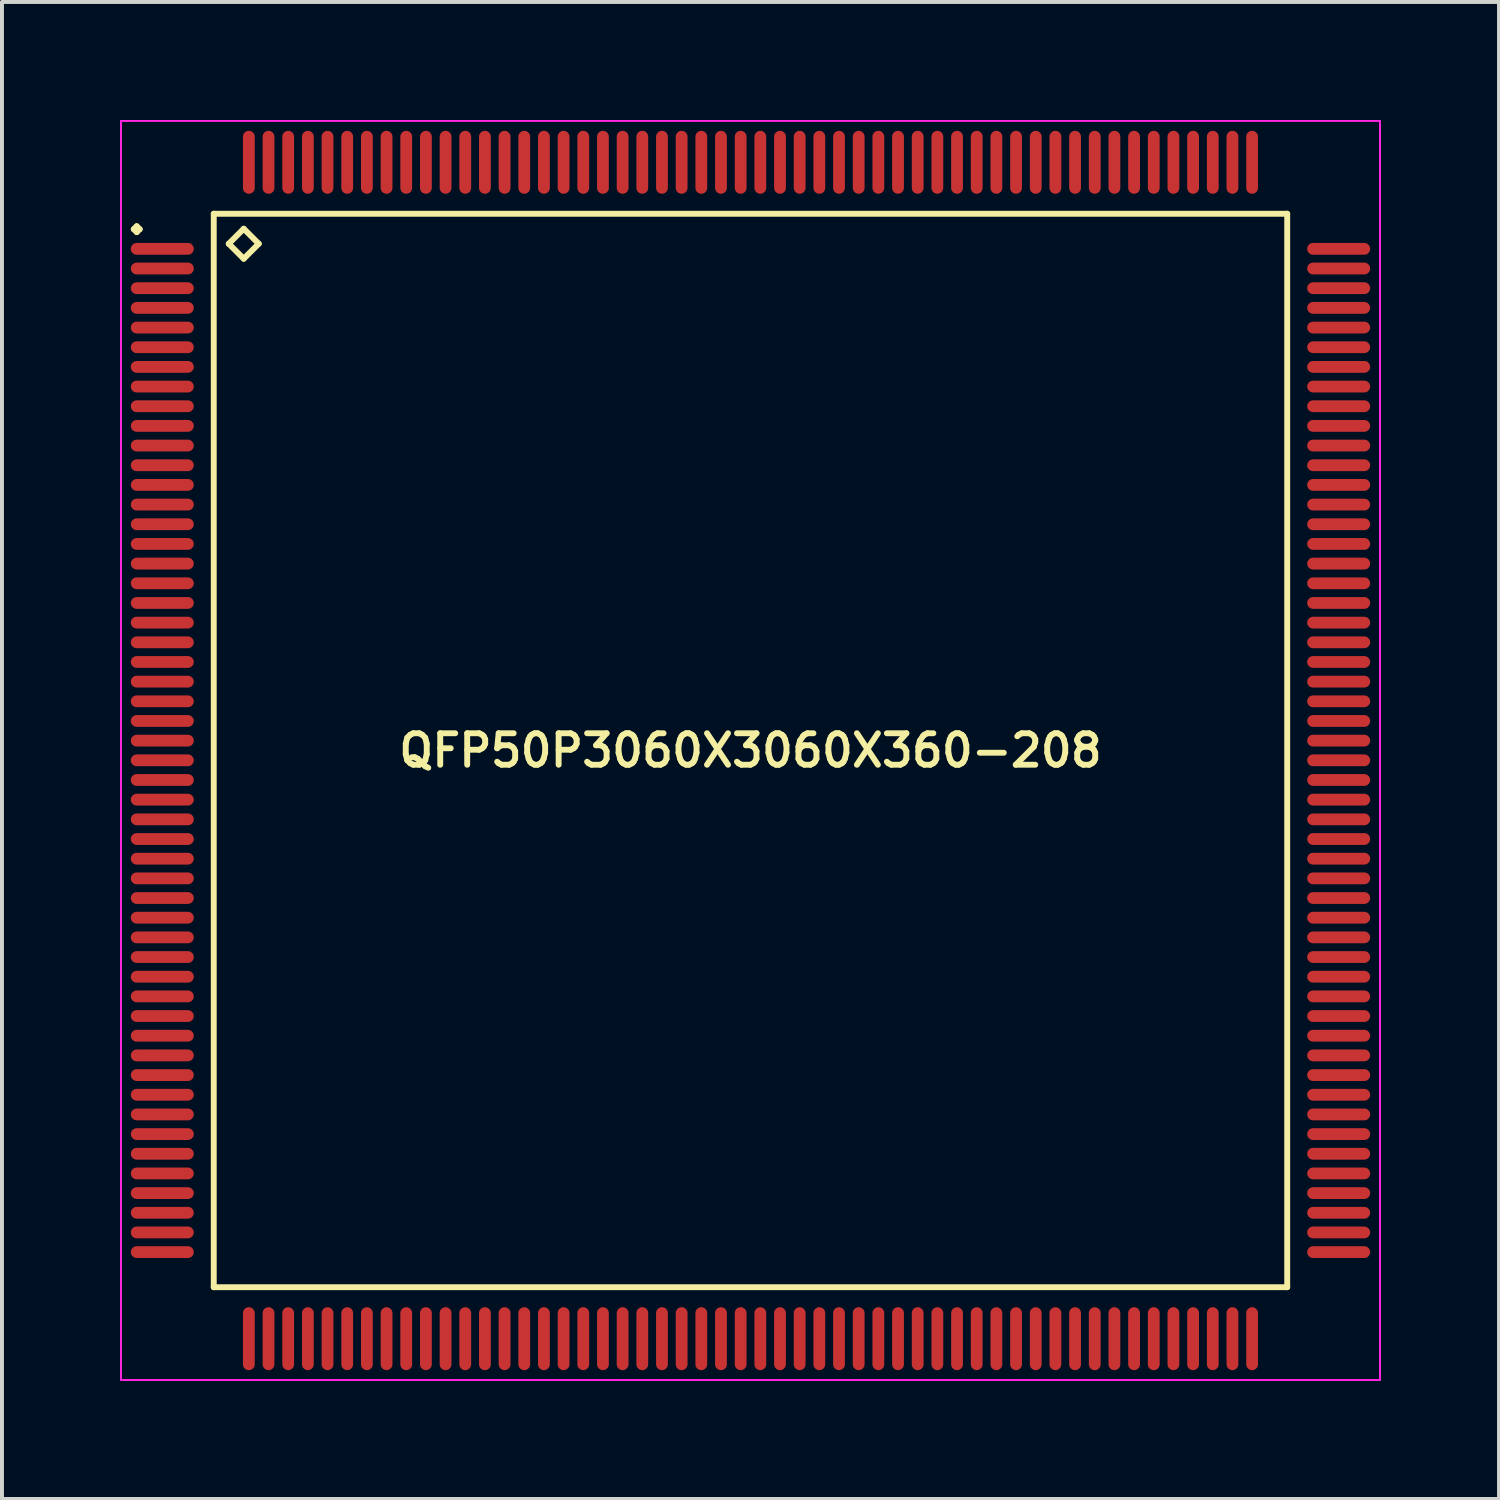
<source format=kicad_pcb>
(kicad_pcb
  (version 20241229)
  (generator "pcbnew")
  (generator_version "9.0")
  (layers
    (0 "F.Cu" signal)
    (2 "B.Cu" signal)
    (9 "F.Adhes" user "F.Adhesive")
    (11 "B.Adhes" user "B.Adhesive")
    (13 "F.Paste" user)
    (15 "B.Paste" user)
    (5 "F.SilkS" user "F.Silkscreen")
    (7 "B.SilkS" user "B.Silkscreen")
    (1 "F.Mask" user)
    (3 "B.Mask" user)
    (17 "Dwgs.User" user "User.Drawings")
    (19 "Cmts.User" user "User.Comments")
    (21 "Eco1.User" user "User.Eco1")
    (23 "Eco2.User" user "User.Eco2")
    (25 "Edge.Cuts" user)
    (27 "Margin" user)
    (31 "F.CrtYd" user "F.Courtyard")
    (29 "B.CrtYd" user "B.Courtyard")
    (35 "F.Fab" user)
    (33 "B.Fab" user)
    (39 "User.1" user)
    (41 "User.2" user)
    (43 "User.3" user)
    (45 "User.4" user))
  (footprint "QFP50P3060X3060X360-208"
    (layer "F.Cu")
    (at 16.025 16.025)
    (property "Reference" "QFP50P3060X3060X360-208" (at 0 0 0) (layer "F.SilkS") (effects (font (size 0.8 0.8) (thickness 0.15))))
    (attr smd)
    (fp_line (start -15.675 -13.25) (end -15.6 -13.325) (stroke (width 0.15) (type solid)) (layer "F.SilkS"))
    (fp_line (start -15.6 -13.325) (end -15.525 -13.25) (stroke (width 0.15) (type solid)) (layer "F.SilkS"))
    (fp_line (start -15.6 -13.175) (end -15.675 -13.25) (stroke (width 0.15) (type solid)) (layer "F.SilkS"))
    (fp_line (start -15.525 -13.25) (end -15.6 -13.175) (stroke (width 0.15) (type solid)) (layer "F.SilkS"))
    (fp_line (start -13.642 -13.642) (end -13.642 13.642) (stroke (width 0.15) (type solid)) (layer "F.SilkS"))
    (fp_line (start -13.642 13.642) (end 13.642 13.642) (stroke (width 0.15) (type solid)) (layer "F.SilkS"))
    (fp_line (start -13.261 -12.88) (end -12.88 -13.261) (stroke (width 0.15) (type solid)) (layer "F.SilkS"))
    (fp_line (start -12.88 -13.261) (end -12.499 -12.88) (stroke (width 0.15) (type solid)) (layer "F.SilkS"))
    (fp_line (start -12.88 -12.499) (end -13.261 -12.88) (stroke (width 0.15) (type solid)) (layer "F.SilkS"))
    (fp_line (start -12.499 -12.88) (end -12.88 -12.499) (stroke (width 0.15) (type solid)) (layer "F.SilkS"))
    (fp_line (start 13.642 -13.642) (end -13.642 -13.642) (stroke (width 0.15) (type solid)) (layer "F.SilkS"))
    (fp_line (start 13.642 13.642) (end 13.642 -13.642) (stroke (width 0.15) (type solid)) (layer "F.SilkS"))
    (fp_line (start -16 -16) (end 16 -16) (stroke (width 0.05) (type solid)) (layer "F.CrtYd"))
    (fp_line (start -16 16) (end -16 -16) (stroke (width 0.05) (type solid)) (layer "F.CrtYd"))
    (fp_line (start 16 -16) (end 16 16) (stroke (width 0.05) (type solid)) (layer "F.CrtYd"))
    (fp_line (start 16 16) (end -16 16) (stroke (width 0.05) (type solid)) (layer "F.CrtYd"))
    (pad "1" smd oval (at -14.95 -12.75) (size 1.6 0.3) (layers "F.Cu" "F.Mask" "F.Paste"))
    (pad "2" smd oval (at -14.95 -12.25) (size 1.6 0.3) (layers "F.Cu" "F.Mask" "F.Paste"))
    (pad "3" smd oval (at -14.95 -11.75) (size 1.6 0.3) (layers "F.Cu" "F.Mask" "F.Paste"))
    (pad "4" smd oval (at -14.95 -11.25) (size 1.6 0.3) (layers "F.Cu" "F.Mask" "F.Paste"))
    (pad "5" smd oval (at -14.95 -10.75) (size 1.6 0.3) (layers "F.Cu" "F.Mask" "F.Paste"))
    (pad "6" smd oval (at -14.95 -10.25) (size 1.6 0.3) (layers "F.Cu" "F.Mask" "F.Paste"))
    (pad "7" smd oval (at -14.95 -9.75) (size 1.6 0.3) (layers "F.Cu" "F.Mask" "F.Paste"))
    (pad "8" smd oval (at -14.95 -9.25) (size 1.6 0.3) (layers "F.Cu" "F.Mask" "F.Paste"))
    (pad "9" smd oval (at -14.95 -8.75) (size 1.6 0.3) (layers "F.Cu" "F.Mask" "F.Paste"))
    (pad "10" smd oval (at -14.95 -8.25) (size 1.6 0.3) (layers "F.Cu" "F.Mask" "F.Paste"))
    (pad "11" smd oval (at -14.95 -7.75) (size 1.6 0.3) (layers "F.Cu" "F.Mask" "F.Paste"))
    (pad "12" smd oval (at -14.95 -7.25) (size 1.6 0.3) (layers "F.Cu" "F.Mask" "F.Paste"))
    (pad "13" smd oval (at -14.95 -6.75) (size 1.6 0.3) (layers "F.Cu" "F.Mask" "F.Paste"))
    (pad "14" smd oval (at -14.95 -6.25) (size 1.6 0.3) (layers "F.Cu" "F.Mask" "F.Paste"))
    (pad "15" smd oval (at -14.95 -5.75) (size 1.6 0.3) (layers "F.Cu" "F.Mask" "F.Paste"))
    (pad "16" smd oval (at -14.95 -5.25) (size 1.6 0.3) (layers "F.Cu" "F.Mask" "F.Paste"))
    (pad "17" smd oval (at -14.95 -4.75) (size 1.6 0.3) (layers "F.Cu" "F.Mask" "F.Paste"))
    (pad "18" smd oval (at -14.95 -4.25) (size 1.6 0.3) (layers "F.Cu" "F.Mask" "F.Paste"))
    (pad "19" smd oval (at -14.95 -3.75) (size 1.6 0.3) (layers "F.Cu" "F.Mask" "F.Paste"))
    (pad "20" smd oval (at -14.95 -3.25) (size 1.6 0.3) (layers "F.Cu" "F.Mask" "F.Paste"))
    (pad "21" smd oval (at -14.95 -2.75) (size 1.6 0.3) (layers "F.Cu" "F.Mask" "F.Paste"))
    (pad "22" smd oval (at -14.95 -2.25) (size 1.6 0.3) (layers "F.Cu" "F.Mask" "F.Paste"))
    (pad "23" smd oval (at -14.95 -1.75) (size 1.6 0.3) (layers "F.Cu" "F.Mask" "F.Paste"))
    (pad "24" smd oval (at -14.95 -1.25) (size 1.6 0.3) (layers "F.Cu" "F.Mask" "F.Paste"))
    (pad "25" smd oval (at -14.95 -0.75) (size 1.6 0.3) (layers "F.Cu" "F.Mask" "F.Paste"))
    (pad "26" smd oval (at -14.95 -0.25) (size 1.6 0.3) (layers "F.Cu" "F.Mask" "F.Paste"))
    (pad "27" smd oval (at -14.95 0.25) (size 1.6 0.3) (layers "F.Cu" "F.Mask" "F.Paste"))
    (pad "28" smd oval (at -14.95 0.75) (size 1.6 0.3) (layers "F.Cu" "F.Mask" "F.Paste"))
    (pad "29" smd oval (at -14.95 1.25) (size 1.6 0.3) (layers "F.Cu" "F.Mask" "F.Paste"))
    (pad "30" smd oval (at -14.95 1.75) (size 1.6 0.3) (layers "F.Cu" "F.Mask" "F.Paste"))
    (pad "31" smd oval (at -14.95 2.25) (size 1.6 0.3) (layers "F.Cu" "F.Mask" "F.Paste"))
    (pad "32" smd oval (at -14.95 2.75) (size 1.6 0.3) (layers "F.Cu" "F.Mask" "F.Paste"))
    (pad "33" smd oval (at -14.95 3.25) (size 1.6 0.3) (layers "F.Cu" "F.Mask" "F.Paste"))
    (pad "34" smd oval (at -14.95 3.75) (size 1.6 0.3) (layers "F.Cu" "F.Mask" "F.Paste"))
    (pad "35" smd oval (at -14.95 4.25) (size 1.6 0.3) (layers "F.Cu" "F.Mask" "F.Paste"))
    (pad "36" smd oval (at -14.95 4.75) (size 1.6 0.3) (layers "F.Cu" "F.Mask" "F.Paste"))
    (pad "37" smd oval (at -14.95 5.25) (size 1.6 0.3) (layers "F.Cu" "F.Mask" "F.Paste"))
    (pad "38" smd oval (at -14.95 5.75) (size 1.6 0.3) (layers "F.Cu" "F.Mask" "F.Paste"))
    (pad "39" smd oval (at -14.95 6.25) (size 1.6 0.3) (layers "F.Cu" "F.Mask" "F.Paste"))
    (pad "40" smd oval (at -14.95 6.75) (size 1.6 0.3) (layers "F.Cu" "F.Mask" "F.Paste"))
    (pad "41" smd oval (at -14.95 7.25) (size 1.6 0.3) (layers "F.Cu" "F.Mask" "F.Paste"))
    (pad "42" smd oval (at -14.95 7.75) (size 1.6 0.3) (layers "F.Cu" "F.Mask" "F.Paste"))
    (pad "43" smd oval (at -14.95 8.25) (size 1.6 0.3) (layers "F.Cu" "F.Mask" "F.Paste"))
    (pad "44" smd oval (at -14.95 8.75) (size 1.6 0.3) (layers "F.Cu" "F.Mask" "F.Paste"))
    (pad "45" smd oval (at -14.95 9.25) (size 1.6 0.3) (layers "F.Cu" "F.Mask" "F.Paste"))
    (pad "46" smd oval (at -14.95 9.75) (size 1.6 0.3) (layers "F.Cu" "F.Mask" "F.Paste"))
    (pad "47" smd oval (at -14.95 10.25) (size 1.6 0.3) (layers "F.Cu" "F.Mask" "F.Paste"))
    (pad "48" smd oval (at -14.95 10.75) (size 1.6 0.3) (layers "F.Cu" "F.Mask" "F.Paste"))
    (pad "49" smd oval (at -14.95 11.25) (size 1.6 0.3) (layers "F.Cu" "F.Mask" "F.Paste"))
    (pad "50" smd oval (at -14.95 11.75) (size 1.6 0.3) (layers "F.Cu" "F.Mask" "F.Paste"))
    (pad "51" smd oval (at -14.95 12.25) (size 1.6 0.3) (layers "F.Cu" "F.Mask" "F.Paste"))
    (pad "52" smd oval (at -14.95 12.75) (size 1.6 0.3) (layers "F.Cu" "F.Mask" "F.Paste"))
    (pad "53" smd oval (at -12.75 14.95) (size 0.3 1.6) (layers "F.Cu" "F.Mask" "F.Paste"))
    (pad "54" smd oval (at -12.25 14.95) (size 0.3 1.6) (layers "F.Cu" "F.Mask" "F.Paste"))
    (pad "55" smd oval (at -11.75 14.95) (size 0.3 1.6) (layers "F.Cu" "F.Mask" "F.Paste"))
    (pad "56" smd oval (at -11.25 14.95) (size 0.3 1.6) (layers "F.Cu" "F.Mask" "F.Paste"))
    (pad "57" smd oval (at -10.75 14.95) (size 0.3 1.6) (layers "F.Cu" "F.Mask" "F.Paste"))
    (pad "58" smd oval (at -10.25 14.95) (size 0.3 1.6) (layers "F.Cu" "F.Mask" "F.Paste"))
    (pad "59" smd oval (at -9.75 14.95) (size 0.3 1.6) (layers "F.Cu" "F.Mask" "F.Paste"))
    (pad "60" smd oval (at -9.25 14.95) (size 0.3 1.6) (layers "F.Cu" "F.Mask" "F.Paste"))
    (pad "61" smd oval (at -8.75 14.95) (size 0.3 1.6) (layers "F.Cu" "F.Mask" "F.Paste"))
    (pad "62" smd oval (at -8.25 14.95) (size 0.3 1.6) (layers "F.Cu" "F.Mask" "F.Paste"))
    (pad "63" smd oval (at -7.75 14.95) (size 0.3 1.6) (layers "F.Cu" "F.Mask" "F.Paste"))
    (pad "64" smd oval (at -7.25 14.95) (size 0.3 1.6) (layers "F.Cu" "F.Mask" "F.Paste"))
    (pad "65" smd oval (at -6.75 14.95) (size 0.3 1.6) (layers "F.Cu" "F.Mask" "F.Paste"))
    (pad "66" smd oval (at -6.25 14.95) (size 0.3 1.6) (layers "F.Cu" "F.Mask" "F.Paste"))
    (pad "67" smd oval (at -5.75 14.95) (size 0.3 1.6) (layers "F.Cu" "F.Mask" "F.Paste"))
    (pad "68" smd oval (at -5.25 14.95) (size 0.3 1.6) (layers "F.Cu" "F.Mask" "F.Paste"))
    (pad "69" smd oval (at -4.75 14.95) (size 0.3 1.6) (layers "F.Cu" "F.Mask" "F.Paste"))
    (pad "70" smd oval (at -4.25 14.95) (size 0.3 1.6) (layers "F.Cu" "F.Mask" "F.Paste"))
    (pad "71" smd oval (at -3.75 14.95) (size 0.3 1.6) (layers "F.Cu" "F.Mask" "F.Paste"))
    (pad "72" smd oval (at -3.25 14.95) (size 0.3 1.6) (layers "F.Cu" "F.Mask" "F.Paste"))
    (pad "73" smd oval (at -2.75 14.95) (size 0.3 1.6) (layers "F.Cu" "F.Mask" "F.Paste"))
    (pad "74" smd oval (at -2.25 14.95) (size 0.3 1.6) (layers "F.Cu" "F.Mask" "F.Paste"))
    (pad "75" smd oval (at -1.75 14.95) (size 0.3 1.6) (layers "F.Cu" "F.Mask" "F.Paste"))
    (pad "76" smd oval (at -1.25 14.95) (size 0.3 1.6) (layers "F.Cu" "F.Mask" "F.Paste"))
    (pad "77" smd oval (at -0.75 14.95) (size 0.3 1.6) (layers "F.Cu" "F.Mask" "F.Paste"))
    (pad "78" smd oval (at -0.25 14.95) (size 0.3 1.6) (layers "F.Cu" "F.Mask" "F.Paste"))
    (pad "79" smd oval (at 0.25 14.95) (size 0.3 1.6) (layers "F.Cu" "F.Mask" "F.Paste"))
    (pad "80" smd oval (at 0.75 14.95) (size 0.3 1.6) (layers "F.Cu" "F.Mask" "F.Paste"))
    (pad "81" smd oval (at 1.25 14.95) (size 0.3 1.6) (layers "F.Cu" "F.Mask" "F.Paste"))
    (pad "82" smd oval (at 1.75 14.95) (size 0.3 1.6) (layers "F.Cu" "F.Mask" "F.Paste"))
    (pad "83" smd oval (at 2.25 14.95) (size 0.3 1.6) (layers "F.Cu" "F.Mask" "F.Paste"))
    (pad "84" smd oval (at 2.75 14.95) (size 0.3 1.6) (layers "F.Cu" "F.Mask" "F.Paste"))
    (pad "85" smd oval (at 3.25 14.95) (size 0.3 1.6) (layers "F.Cu" "F.Mask" "F.Paste"))
    (pad "86" smd oval (at 3.75 14.95) (size 0.3 1.6) (layers "F.Cu" "F.Mask" "F.Paste"))
    (pad "87" smd oval (at 4.25 14.95) (size 0.3 1.6) (layers "F.Cu" "F.Mask" "F.Paste"))
    (pad "88" smd oval (at 4.75 14.95) (size 0.3 1.6) (layers "F.Cu" "F.Mask" "F.Paste"))
    (pad "89" smd oval (at 5.25 14.95) (size 0.3 1.6) (layers "F.Cu" "F.Mask" "F.Paste"))
    (pad "90" smd oval (at 5.75 14.95) (size 0.3 1.6) (layers "F.Cu" "F.Mask" "F.Paste"))
    (pad "91" smd oval (at 6.25 14.95) (size 0.3 1.6) (layers "F.Cu" "F.Mask" "F.Paste"))
    (pad "92" smd oval (at 6.75 14.95) (size 0.3 1.6) (layers "F.Cu" "F.Mask" "F.Paste"))
    (pad "93" smd oval (at 7.25 14.95) (size 0.3 1.6) (layers "F.Cu" "F.Mask" "F.Paste"))
    (pad "94" smd oval (at 7.75 14.95) (size 0.3 1.6) (layers "F.Cu" "F.Mask" "F.Paste"))
    (pad "95" smd oval (at 8.25 14.95) (size 0.3 1.6) (layers "F.Cu" "F.Mask" "F.Paste"))
    (pad "96" smd oval (at 8.75 14.95) (size 0.3 1.6) (layers "F.Cu" "F.Mask" "F.Paste"))
    (pad "97" smd oval (at 9.25 14.95) (size 0.3 1.6) (layers "F.Cu" "F.Mask" "F.Paste"))
    (pad "98" smd oval (at 9.75 14.95) (size 0.3 1.6) (layers "F.Cu" "F.Mask" "F.Paste"))
    (pad "99" smd oval (at 10.25 14.95) (size 0.3 1.6) (layers "F.Cu" "F.Mask" "F.Paste"))
    (pad "100" smd oval (at 10.75 14.95) (size 0.3 1.6) (layers "F.Cu" "F.Mask" "F.Paste"))
    (pad "101" smd oval (at 11.25 14.95) (size 0.3 1.6) (layers "F.Cu" "F.Mask" "F.Paste"))
    (pad "102" smd oval (at 11.75 14.95) (size 0.3 1.6) (layers "F.Cu" "F.Mask" "F.Paste"))
    (pad "103" smd oval (at 12.25 14.95) (size 0.3 1.6) (layers "F.Cu" "F.Mask" "F.Paste"))
    (pad "104" smd oval (at 12.75 14.95) (size 0.3 1.6) (layers "F.Cu" "F.Mask" "F.Paste"))
    (pad "105" smd oval (at 14.95 12.75) (size 1.6 0.3) (layers "F.Cu" "F.Mask" "F.Paste"))
    (pad "106" smd oval (at 14.95 12.25) (size 1.6 0.3) (layers "F.Cu" "F.Mask" "F.Paste"))
    (pad "107" smd oval (at 14.95 11.75) (size 1.6 0.3) (layers "F.Cu" "F.Mask" "F.Paste"))
    (pad "108" smd oval (at 14.95 11.25) (size 1.6 0.3) (layers "F.Cu" "F.Mask" "F.Paste"))
    (pad "109" smd oval (at 14.95 10.75) (size 1.6 0.3) (layers "F.Cu" "F.Mask" "F.Paste"))
    (pad "110" smd oval (at 14.95 10.25) (size 1.6 0.3) (layers "F.Cu" "F.Mask" "F.Paste"))
    (pad "111" smd oval (at 14.95 9.75) (size 1.6 0.3) (layers "F.Cu" "F.Mask" "F.Paste"))
    (pad "112" smd oval (at 14.95 9.25) (size 1.6 0.3) (layers "F.Cu" "F.Mask" "F.Paste"))
    (pad "113" smd oval (at 14.95 8.75) (size 1.6 0.3) (layers "F.Cu" "F.Mask" "F.Paste"))
    (pad "114" smd oval (at 14.95 8.25) (size 1.6 0.3) (layers "F.Cu" "F.Mask" "F.Paste"))
    (pad "115" smd oval (at 14.95 7.75) (size 1.6 0.3) (layers "F.Cu" "F.Mask" "F.Paste"))
    (pad "116" smd oval (at 14.95 7.25) (size 1.6 0.3) (layers "F.Cu" "F.Mask" "F.Paste"))
    (pad "117" smd oval (at 14.95 6.75) (size 1.6 0.3) (layers "F.Cu" "F.Mask" "F.Paste"))
    (pad "118" smd oval (at 14.95 6.25) (size 1.6 0.3) (layers "F.Cu" "F.Mask" "F.Paste"))
    (pad "119" smd oval (at 14.95 5.75) (size 1.6 0.3) (layers "F.Cu" "F.Mask" "F.Paste"))
    (pad "120" smd oval (at 14.95 5.25) (size 1.6 0.3) (layers "F.Cu" "F.Mask" "F.Paste"))
    (pad "121" smd oval (at 14.95 4.75) (size 1.6 0.3) (layers "F.Cu" "F.Mask" "F.Paste"))
    (pad "122" smd oval (at 14.95 4.25) (size 1.6 0.3) (layers "F.Cu" "F.Mask" "F.Paste"))
    (pad "123" smd oval (at 14.95 3.75) (size 1.6 0.3) (layers "F.Cu" "F.Mask" "F.Paste"))
    (pad "124" smd oval (at 14.95 3.25) (size 1.6 0.3) (layers "F.Cu" "F.Mask" "F.Paste"))
    (pad "125" smd oval (at 14.95 2.75) (size 1.6 0.3) (layers "F.Cu" "F.Mask" "F.Paste"))
    (pad "126" smd oval (at 14.95 2.25) (size 1.6 0.3) (layers "F.Cu" "F.Mask" "F.Paste"))
    (pad "127" smd oval (at 14.95 1.75) (size 1.6 0.3) (layers "F.Cu" "F.Mask" "F.Paste"))
    (pad "128" smd oval (at 14.95 1.25) (size 1.6 0.3) (layers "F.Cu" "F.Mask" "F.Paste"))
    (pad "129" smd oval (at 14.95 0.75) (size 1.6 0.3) (layers "F.Cu" "F.Mask" "F.Paste"))
    (pad "130" smd oval (at 14.95 0.25) (size 1.6 0.3) (layers "F.Cu" "F.Mask" "F.Paste"))
    (pad "131" smd oval (at 14.95 -0.25) (size 1.6 0.3) (layers "F.Cu" "F.Mask" "F.Paste"))
    (pad "132" smd oval (at 14.95 -0.75) (size 1.6 0.3) (layers "F.Cu" "F.Mask" "F.Paste"))
    (pad "133" smd oval (at 14.95 -1.25) (size 1.6 0.3) (layers "F.Cu" "F.Mask" "F.Paste"))
    (pad "134" smd oval (at 14.95 -1.75) (size 1.6 0.3) (layers "F.Cu" "F.Mask" "F.Paste"))
    (pad "135" smd oval (at 14.95 -2.25) (size 1.6 0.3) (layers "F.Cu" "F.Mask" "F.Paste"))
    (pad "136" smd oval (at 14.95 -2.75) (size 1.6 0.3) (layers "F.Cu" "F.Mask" "F.Paste"))
    (pad "137" smd oval (at 14.95 -3.25) (size 1.6 0.3) (layers "F.Cu" "F.Mask" "F.Paste"))
    (pad "138" smd oval (at 14.95 -3.75) (size 1.6 0.3) (layers "F.Cu" "F.Mask" "F.Paste"))
    (pad "139" smd oval (at 14.95 -4.25) (size 1.6 0.3) (layers "F.Cu" "F.Mask" "F.Paste"))
    (pad "140" smd oval (at 14.95 -4.75) (size 1.6 0.3) (layers "F.Cu" "F.Mask" "F.Paste"))
    (pad "141" smd oval (at 14.95 -5.25) (size 1.6 0.3) (layers "F.Cu" "F.Mask" "F.Paste"))
    (pad "142" smd oval (at 14.95 -5.75) (size 1.6 0.3) (layers "F.Cu" "F.Mask" "F.Paste"))
    (pad "143" smd oval (at 14.95 -6.25) (size 1.6 0.3) (layers "F.Cu" "F.Mask" "F.Paste"))
    (pad "144" smd oval (at 14.95 -6.75) (size 1.6 0.3) (layers "F.Cu" "F.Mask" "F.Paste"))
    (pad "145" smd oval (at 14.95 -7.25) (size 1.6 0.3) (layers "F.Cu" "F.Mask" "F.Paste"))
    (pad "146" smd oval (at 14.95 -7.75) (size 1.6 0.3) (layers "F.Cu" "F.Mask" "F.Paste"))
    (pad "147" smd oval (at 14.95 -8.25) (size 1.6 0.3) (layers "F.Cu" "F.Mask" "F.Paste"))
    (pad "148" smd oval (at 14.95 -8.75) (size 1.6 0.3) (layers "F.Cu" "F.Mask" "F.Paste"))
    (pad "149" smd oval (at 14.95 -9.25) (size 1.6 0.3) (layers "F.Cu" "F.Mask" "F.Paste"))
    (pad "150" smd oval (at 14.95 -9.75) (size 1.6 0.3) (layers "F.Cu" "F.Mask" "F.Paste"))
    (pad "151" smd oval (at 14.95 -10.25) (size 1.6 0.3) (layers "F.Cu" "F.Mask" "F.Paste"))
    (pad "152" smd oval (at 14.95 -10.75) (size 1.6 0.3) (layers "F.Cu" "F.Mask" "F.Paste"))
    (pad "153" smd oval (at 14.95 -11.25) (size 1.6 0.3) (layers "F.Cu" "F.Mask" "F.Paste"))
    (pad "154" smd oval (at 14.95 -11.75) (size 1.6 0.3) (layers "F.Cu" "F.Mask" "F.Paste"))
    (pad "155" smd oval (at 14.95 -12.25) (size 1.6 0.3) (layers "F.Cu" "F.Mask" "F.Paste"))
    (pad "156" smd oval (at 14.95 -12.75) (size 1.6 0.3) (layers "F.Cu" "F.Mask" "F.Paste"))
    (pad "157" smd oval (at 12.75 -14.95) (size 0.3 1.6) (layers "F.Cu" "F.Mask" "F.Paste"))
    (pad "158" smd oval (at 12.25 -14.95) (size 0.3 1.6) (layers "F.Cu" "F.Mask" "F.Paste"))
    (pad "159" smd oval (at 11.75 -14.95) (size 0.3 1.6) (layers "F.Cu" "F.Mask" "F.Paste"))
    (pad "160" smd oval (at 11.25 -14.95) (size 0.3 1.6) (layers "F.Cu" "F.Mask" "F.Paste"))
    (pad "161" smd oval (at 10.75 -14.95) (size 0.3 1.6) (layers "F.Cu" "F.Mask" "F.Paste"))
    (pad "162" smd oval (at 10.25 -14.95) (size 0.3 1.6) (layers "F.Cu" "F.Mask" "F.Paste"))
    (pad "163" smd oval (at 9.75 -14.95) (size 0.3 1.6) (layers "F.Cu" "F.Mask" "F.Paste"))
    (pad "164" smd oval (at 9.25 -14.95) (size 0.3 1.6) (layers "F.Cu" "F.Mask" "F.Paste"))
    (pad "165" smd oval (at 8.75 -14.95) (size 0.3 1.6) (layers "F.Cu" "F.Mask" "F.Paste"))
    (pad "166" smd oval (at 8.25 -14.95) (size 0.3 1.6) (layers "F.Cu" "F.Mask" "F.Paste"))
    (pad "167" smd oval (at 7.75 -14.95) (size 0.3 1.6) (layers "F.Cu" "F.Mask" "F.Paste"))
    (pad "168" smd oval (at 7.25 -14.95) (size 0.3 1.6) (layers "F.Cu" "F.Mask" "F.Paste"))
    (pad "169" smd oval (at 6.75 -14.95) (size 0.3 1.6) (layers "F.Cu" "F.Mask" "F.Paste"))
    (pad "170" smd oval (at 6.25 -14.95) (size 0.3 1.6) (layers "F.Cu" "F.Mask" "F.Paste"))
    (pad "171" smd oval (at 5.75 -14.95) (size 0.3 1.6) (layers "F.Cu" "F.Mask" "F.Paste"))
    (pad "172" smd oval (at 5.25 -14.95) (size 0.3 1.6) (layers "F.Cu" "F.Mask" "F.Paste"))
    (pad "173" smd oval (at 4.75 -14.95) (size 0.3 1.6) (layers "F.Cu" "F.Mask" "F.Paste"))
    (pad "174" smd oval (at 4.25 -14.95) (size 0.3 1.6) (layers "F.Cu" "F.Mask" "F.Paste"))
    (pad "175" smd oval (at 3.75 -14.95) (size 0.3 1.6) (layers "F.Cu" "F.Mask" "F.Paste"))
    (pad "176" smd oval (at 3.25 -14.95) (size 0.3 1.6) (layers "F.Cu" "F.Mask" "F.Paste"))
    (pad "177" smd oval (at 2.75 -14.95) (size 0.3 1.6) (layers "F.Cu" "F.Mask" "F.Paste"))
    (pad "178" smd oval (at 2.25 -14.95) (size 0.3 1.6) (layers "F.Cu" "F.Mask" "F.Paste"))
    (pad "179" smd oval (at 1.75 -14.95) (size 0.3 1.6) (layers "F.Cu" "F.Mask" "F.Paste"))
    (pad "180" smd oval (at 1.25 -14.95) (size 0.3 1.6) (layers "F.Cu" "F.Mask" "F.Paste"))
    (pad "181" smd oval (at 0.75 -14.95) (size 0.3 1.6) (layers "F.Cu" "F.Mask" "F.Paste"))
    (pad "182" smd oval (at 0.25 -14.95) (size 0.3 1.6) (layers "F.Cu" "F.Mask" "F.Paste"))
    (pad "183" smd oval (at -0.25 -14.95) (size 0.3 1.6) (layers "F.Cu" "F.Mask" "F.Paste"))
    (pad "184" smd oval (at -0.75 -14.95) (size 0.3 1.6) (layers "F.Cu" "F.Mask" "F.Paste"))
    (pad "185" smd oval (at -1.25 -14.95) (size 0.3 1.6) (layers "F.Cu" "F.Mask" "F.Paste"))
    (pad "186" smd oval (at -1.75 -14.95) (size 0.3 1.6) (layers "F.Cu" "F.Mask" "F.Paste"))
    (pad "187" smd oval (at -2.25 -14.95) (size 0.3 1.6) (layers "F.Cu" "F.Mask" "F.Paste"))
    (pad "188" smd oval (at -2.75 -14.95) (size 0.3 1.6) (layers "F.Cu" "F.Mask" "F.Paste"))
    (pad "189" smd oval (at -3.25 -14.95) (size 0.3 1.6) (layers "F.Cu" "F.Mask" "F.Paste"))
    (pad "190" smd oval (at -3.75 -14.95) (size 0.3 1.6) (layers "F.Cu" "F.Mask" "F.Paste"))
    (pad "191" smd oval (at -4.25 -14.95) (size 0.3 1.6) (layers "F.Cu" "F.Mask" "F.Paste"))
    (pad "192" smd oval (at -4.75 -14.95) (size 0.3 1.6) (layers "F.Cu" "F.Mask" "F.Paste"))
    (pad "193" smd oval (at -5.25 -14.95) (size 0.3 1.6) (layers "F.Cu" "F.Mask" "F.Paste"))
    (pad "194" smd oval (at -5.75 -14.95) (size 0.3 1.6) (layers "F.Cu" "F.Mask" "F.Paste"))
    (pad "195" smd oval (at -6.25 -14.95) (size 0.3 1.6) (layers "F.Cu" "F.Mask" "F.Paste"))
    (pad "196" smd oval (at -6.75 -14.95) (size 0.3 1.6) (layers "F.Cu" "F.Mask" "F.Paste"))
    (pad "197" smd oval (at -7.25 -14.95) (size 0.3 1.6) (layers "F.Cu" "F.Mask" "F.Paste"))
    (pad "198" smd oval (at -7.75 -14.95) (size 0.3 1.6) (layers "F.Cu" "F.Mask" "F.Paste"))
    (pad "199" smd oval (at -8.25 -14.95) (size 0.3 1.6) (layers "F.Cu" "F.Mask" "F.Paste"))
    (pad "200" smd oval (at -8.75 -14.95) (size 0.3 1.6) (layers "F.Cu" "F.Mask" "F.Paste"))
    (pad "201" smd oval (at -9.25 -14.95) (size 0.3 1.6) (layers "F.Cu" "F.Mask" "F.Paste"))
    (pad "202" smd oval (at -9.75 -14.95) (size 0.3 1.6) (layers "F.Cu" "F.Mask" "F.Paste"))
    (pad "203" smd oval (at -10.25 -14.95) (size 0.3 1.6) (layers "F.Cu" "F.Mask" "F.Paste"))
    (pad "204" smd oval (at -10.75 -14.95) (size 0.3 1.6) (layers "F.Cu" "F.Mask" "F.Paste"))
    (pad "205" smd oval (at -11.25 -14.95) (size 0.3 1.6) (layers "F.Cu" "F.Mask" "F.Paste"))
    (pad "206" smd oval (at -11.75 -14.95) (size 0.3 1.6) (layers "F.Cu" "F.Mask" "F.Paste"))
    (pad "207" smd oval (at -12.25 -14.95) (size 0.3 1.6) (layers "F.Cu" "F.Mask" "F.Paste"))
    (pad "208" smd oval (at -12.75 -14.95) (size 0.3 1.6) (layers "F.Cu" "F.Mask" "F.Paste")))
  (gr_rect
    (start -3 -3)
    (end 35.05 35.05)
    (stroke (width 0.1) (type default))
    (fill no)
    (layer "Edge.Cuts")))
</source>
